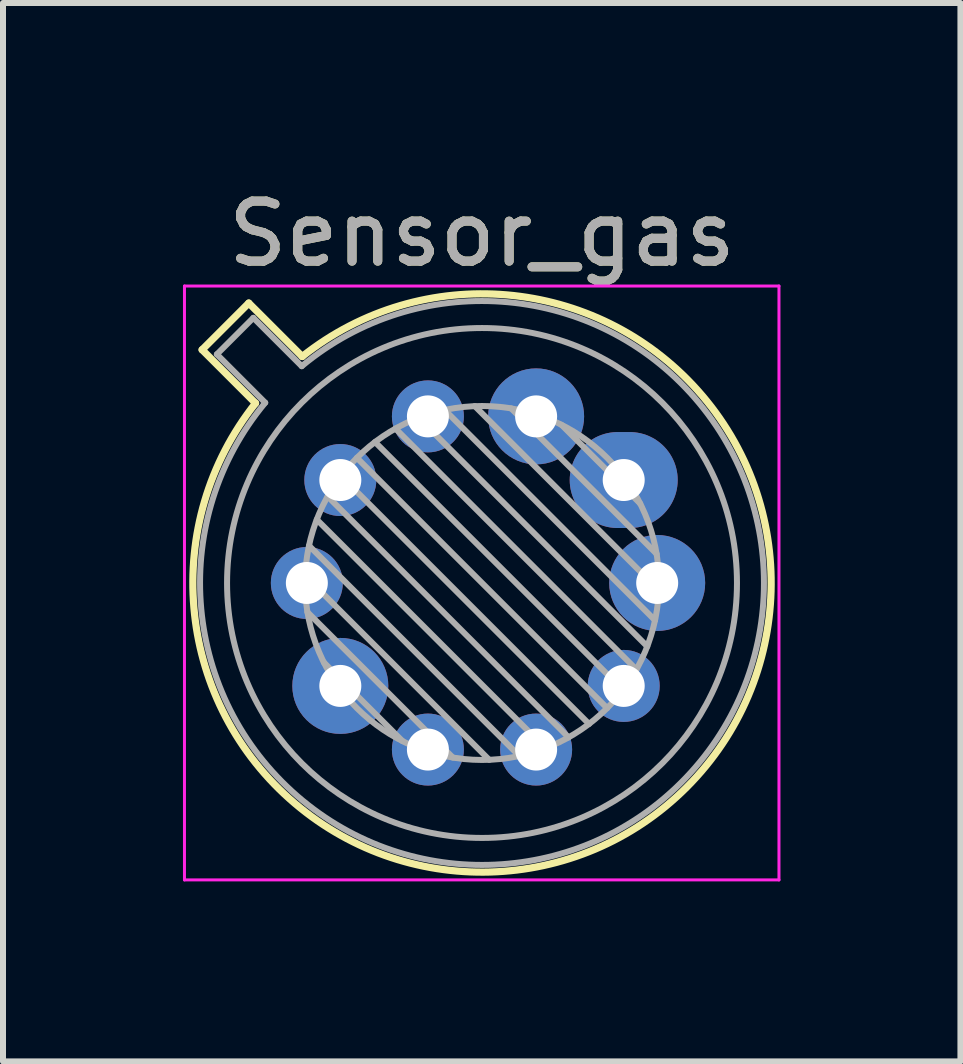
<source format=kicad_pcb>
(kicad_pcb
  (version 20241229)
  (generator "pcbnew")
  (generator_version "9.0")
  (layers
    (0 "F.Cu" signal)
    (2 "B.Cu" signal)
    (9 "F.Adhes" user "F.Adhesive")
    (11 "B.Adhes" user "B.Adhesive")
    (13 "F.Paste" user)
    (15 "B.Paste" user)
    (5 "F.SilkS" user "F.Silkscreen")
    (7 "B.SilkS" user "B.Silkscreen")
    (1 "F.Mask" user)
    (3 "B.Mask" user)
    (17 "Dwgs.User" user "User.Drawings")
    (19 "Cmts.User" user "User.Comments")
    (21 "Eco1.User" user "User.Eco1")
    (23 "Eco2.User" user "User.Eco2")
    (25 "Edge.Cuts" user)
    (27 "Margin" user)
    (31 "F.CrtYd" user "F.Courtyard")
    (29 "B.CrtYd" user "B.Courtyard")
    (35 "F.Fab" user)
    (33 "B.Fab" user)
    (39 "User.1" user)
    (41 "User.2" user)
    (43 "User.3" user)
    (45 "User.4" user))
  (footprint "Sensor_gas"
    (layer "F.Cu")
    (at 2.065 6.668)
    (property "Reference" "Sensor_gas" (at 2.92 -5.82 0) (layer "F.SilkS") (effects (font (size 1 1) (thickness 0.15))))
    (attr through_hole)
    (fp_line (start -1.746 -3.888) (end -0.855 -2.997) (stroke (width 0.12) (type solid)) (layer "F.SilkS"))
    (fp_line (start -0.968 -4.666) (end -1.746 -3.888) (stroke (width 0.12) (type solid)) (layer "F.SilkS"))
    (fp_line (start -0.077 -3.775) (end -0.968 -4.666) (stroke (width 0.12) (type solid)) (layer "F.SilkS"))
    (fp_arc (start -0.077084 -3.774902) (mid 6.328125 3.408384) (end -0.854674 -2.997371) (stroke (width 0.12) (type solid)) (layer "F.SilkS"))
    (fp_line (start -2.04 -4.95) (end -2.04 4.95) (stroke (width 0.05) (type solid)) (layer "F.CrtYd"))
    (fp_line (start -2.04 4.95) (end 7.87 4.95) (stroke (width 0.05) (type solid)) (layer "F.CrtYd"))
    (fp_line (start 7.87 -4.95) (end -2.04 -4.95) (stroke (width 0.05) (type solid)) (layer "F.CrtYd"))
    (fp_line (start 7.87 4.95) (end 7.87 -4.95) (stroke (width 0.05) (type solid)) (layer "F.CrtYd"))
    (fp_line (start -1.5 -3.812) (end -0.694 -3.005) (stroke (width 0.1) (type solid)) (layer "F.Fab"))
    (fp_line (start -0.892 -4.42) (end -1.5 -3.812) (stroke (width 0.1) (type solid)) (layer "F.Fab"))
    (fp_line (start -0.085 -3.614) (end -0.892 -4.42) (stroke (width 0.1) (type solid)) (layer "F.Fab"))
    (fp_line (start -0.028 -0.12) (end 3.04 2.948) (stroke (width 0.1) (type solid)) (layer "F.Fab"))
    (fp_line (start 0.009 0.485) (end 2.435 2.911) (stroke (width 0.1) (type solid)) (layer "F.Fab"))
    (fp_line (start 0.036 -0.622) (end 3.542 2.884) (stroke (width 0.1) (type solid)) (layer "F.Fab"))
    (fp_line (start 0.165 -1.058) (end 3.978 2.755) (stroke (width 0.1) (type solid)) (layer "F.Fab"))
    (fp_line (start 0.283 1.324) (end 1.596 2.637) (stroke (width 0.1) (type solid)) (layer "F.Fab"))
    (fp_line (start 0.346 -1.443) (end 4.363 2.574) (stroke (width 0.1) (type solid)) (layer "F.Fab"))
    (fp_line (start 0.57 -1.784) (end 4.704 2.35) (stroke (width 0.1) (type solid)) (layer "F.Fab"))
    (fp_line (start 0.834 -2.086) (end 5.006 2.086) (stroke (width 0.1) (type solid)) (layer "F.Fab"))
    (fp_line (start 1.136 -2.35) (end 5.27 1.784) (stroke (width 0.1) (type solid)) (layer "F.Fab"))
    (fp_line (start 1.477 -2.574) (end 5.494 1.443) (stroke (width 0.1) (type solid)) (layer "F.Fab"))
    (fp_line (start 1.862 -2.755) (end 5.675 1.058) (stroke (width 0.1) (type solid)) (layer "F.Fab"))
    (fp_line (start 2.298 -2.884) (end 5.804 0.622) (stroke (width 0.1) (type solid)) (layer "F.Fab"))
    (fp_line (start 2.8 -2.948) (end 5.868 0.12) (stroke (width 0.1) (type solid)) (layer "F.Fab"))
    (fp_line (start 3.405 -2.911) (end 5.831 -0.485) (stroke (width 0.1) (type solid)) (layer "F.Fab"))
    (fp_line (start 4.244 -2.637) (end 5.557 -1.324) (stroke (width 0.1) (type solid)) (layer "F.Fab"))
    (fp_arc (start -0.085408 -3.61352) (mid 6.243443 3.323361) (end -0.693594 -3.005319) (stroke (width 0.1) (type solid)) (layer "F.Fab"))
    (fp_circle (center 2.92 0) (end 5.87 0) (stroke (width 0.1) (type solid)) (fill no) (layer "F.Fab"))
    (fp_circle (center 2.92 0) (end 7.17 0) (stroke (width 0.1) (type solid)) (fill no) (layer "F.Fab"))
    (fp_text user "${REFERENCE}" (at 2.92 -5.82 0) (layer "F.Fab") (effects (font (size 1 1) (thickness 0.15))))
    (pad "1" thru_hole oval (at 2.018 -2.777) (size 1.2 1.2) (drill 0.7) (layers "*.Cu" "*.Mask"))
    (pad "2" thru_hole circle (at 3.822 -2.777) (size 1.6 1.6) (drill 0.7) (layers "*.Cu" "*.Mask"))
    (pad "3" thru_hole oval (at 5.282 -1.716) (size 1.8 1.6) (drill 0.7) (layers "*.Cu" "*.Mask"))
    (pad "4" thru_hole circle (at 5.84 0) (size 1.6 1.6) (drill 0.7) (layers "*.Cu" "*.Mask"))
    (pad "5" thru_hole oval (at 5.282 1.716) (size 1.2 1.2) (drill 0.7) (layers "*.Cu" "*.Mask"))
    (pad "6" thru_hole oval (at 3.822 2.777) (size 1.2 1.2) (drill 0.7) (layers "*.Cu" "*.Mask"))
    (pad "7" thru_hole circle (at 2.018 2.777) (size 1.2 1.2) (drill 0.7) (layers "*.Cu" "*.Mask"))
    (pad "8" thru_hole oval (at 0.558 1.716) (size 1.6 1.6) (drill 0.7) (layers "*.Cu" "*.Mask"))
    (pad "9" thru_hole oval (at 0 0) (size 1.2 1.2) (drill 0.7) (layers "*.Cu" "*.Mask"))
    (pad "10" thru_hole oval (at 0.558 -1.716) (size 1.2 1.2) (drill 0.7) (layers "*.Cu" "*.Mask")))
  (gr_rect
    (start -3 -3)
    (end 12.96 14.643)
    (stroke (width 0.1) (type default))
    (fill no)
    (layer "Edge.Cuts")))
</source>
